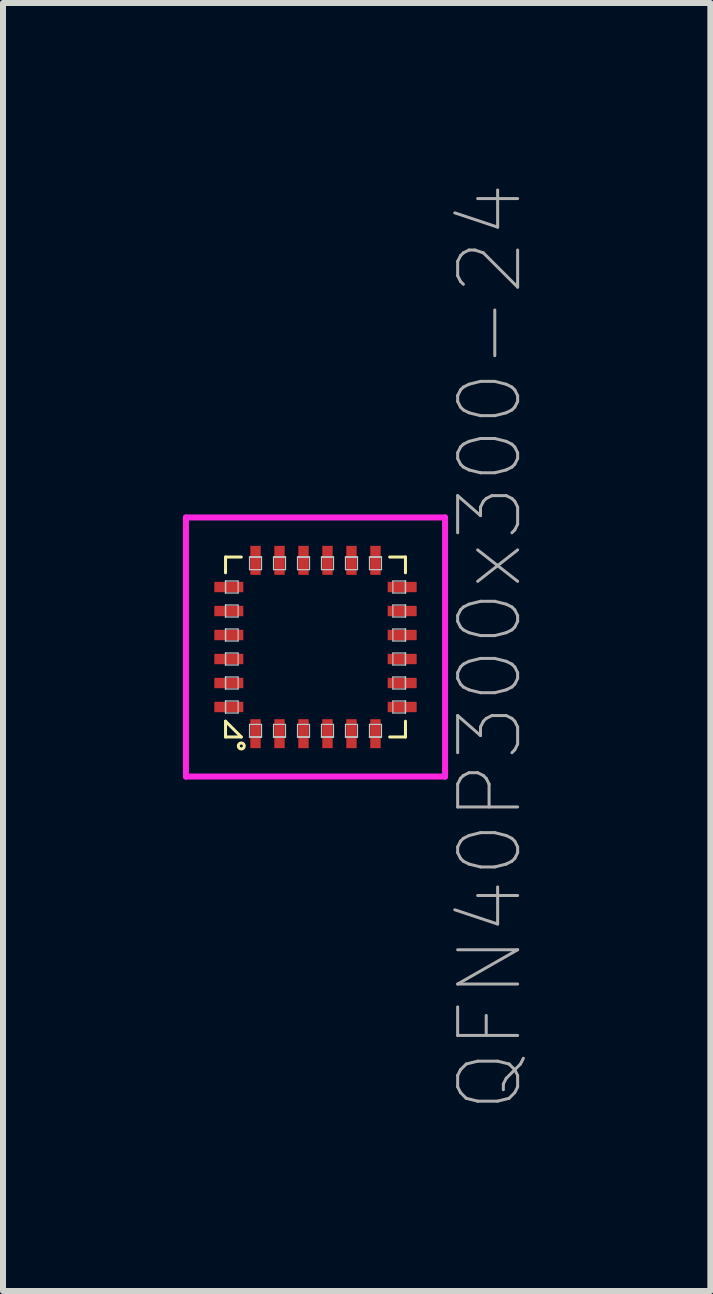
<source format=kicad_pcb>
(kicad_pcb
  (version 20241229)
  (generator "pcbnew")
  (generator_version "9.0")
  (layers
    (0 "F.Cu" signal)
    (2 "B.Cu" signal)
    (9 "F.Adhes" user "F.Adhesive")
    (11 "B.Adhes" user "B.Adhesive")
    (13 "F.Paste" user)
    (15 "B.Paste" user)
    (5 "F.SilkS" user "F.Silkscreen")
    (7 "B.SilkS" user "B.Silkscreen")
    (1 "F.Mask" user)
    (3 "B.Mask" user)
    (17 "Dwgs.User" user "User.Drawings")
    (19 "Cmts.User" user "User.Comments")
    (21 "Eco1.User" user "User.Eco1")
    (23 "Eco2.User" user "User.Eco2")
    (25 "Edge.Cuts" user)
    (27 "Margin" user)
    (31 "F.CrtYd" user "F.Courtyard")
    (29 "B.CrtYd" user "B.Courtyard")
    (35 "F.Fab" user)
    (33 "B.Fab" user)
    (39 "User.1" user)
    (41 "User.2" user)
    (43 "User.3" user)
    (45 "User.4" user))
  (footprint "QFN40P300x300-24"
    (layer "F.Cu")
    (at 2.21 7.737)
    (property "Reference" "QFN40P300x300-24" (at 2.91 0 90) (layer "F.Fab") (effects (font (size 1 1) (thickness 0.05))))
    (attr through_hole)
    (fp_line (start -1.5 -1.5) (end -1.5 -1.237) (stroke (width 0.05) (type solid)) (layer "F.SilkS"))
    (fp_line (start -1.5 -1.5) (end -1.237 -1.5) (stroke (width 0.05) (type solid)) (layer "F.SilkS"))
    (fp_line (start -1.5 1.237) (end -1.237 1.5) (stroke (width 0.05) (type solid)) (layer "F.SilkS"))
    (fp_line (start -1.5 1.5) (end -1.5 1.237) (stroke (width 0.05) (type solid)) (layer "F.SilkS"))
    (fp_line (start -1.5 1.5) (end -1.237 1.5) (stroke (width 0.05) (type solid)) (layer "F.SilkS"))
    (fp_line (start 1.5 -1.5) (end 1.237 -1.5) (stroke (width 0.05) (type solid)) (layer "F.SilkS"))
    (fp_line (start 1.5 -1.5) (end 1.5 -1.237) (stroke (width 0.05) (type solid)) (layer "F.SilkS"))
    (fp_line (start 1.5 1.5) (end 1.237 1.5) (stroke (width 0.05) (type solid)) (layer "F.SilkS"))
    (fp_line (start 1.5 1.5) (end 1.5 1.237) (stroke (width 0.05) (type solid)) (layer "F.SilkS"))
    (fp_circle (center -1.237 1.65) (end -1.187 1.65) (stroke (width 0.05) (type solid)) (fill no) (layer "F.SilkS"))
    (fp_line (start -1.5 -1.1) (end -1.5 -1.1) (stroke (width 0.02) (type solid)) (layer "Dwgs.User"))
    (fp_line (start -1.5 -1.1) (end -1.5 -0.9) (stroke (width 0.02) (type solid)) (layer "Dwgs.User"))
    (fp_line (start -1.5 -1.1) (end -1.29 -1.1) (stroke (width 0.02) (type solid)) (layer "Dwgs.User"))
    (fp_line (start -1.5 -0.9) (end -1.5 -1.1) (stroke (width 0.02) (type solid)) (layer "Dwgs.User"))
    (fp_line (start -1.5 -0.9) (end -1.5 -1.1) (stroke (width 0.02) (type solid)) (layer "Dwgs.User"))
    (fp_line (start -1.5 -0.9) (end -1.5 -0.9) (stroke (width 0.02) (type solid)) (layer "Dwgs.User"))
    (fp_line (start -1.5 -0.7) (end -1.5 -0.7) (stroke (width 0.02) (type solid)) (layer "Dwgs.User"))
    (fp_line (start -1.5 -0.7) (end -1.5 -0.5) (stroke (width 0.02) (type solid)) (layer "Dwgs.User"))
    (fp_line (start -1.5 -0.7) (end -1.29 -0.7) (stroke (width 0.02) (type solid)) (layer "Dwgs.User"))
    (fp_line (start -1.5 -0.5) (end -1.5 -0.7) (stroke (width 0.02) (type solid)) (layer "Dwgs.User"))
    (fp_line (start -1.5 -0.5) (end -1.5 -0.7) (stroke (width 0.02) (type solid)) (layer "Dwgs.User"))
    (fp_line (start -1.5 -0.5) (end -1.5 -0.5) (stroke (width 0.02) (type solid)) (layer "Dwgs.User"))
    (fp_line (start -1.5 -0.3) (end -1.5 -0.3) (stroke (width 0.02) (type solid)) (layer "Dwgs.User"))
    (fp_line (start -1.5 -0.3) (end -1.5 -0.1) (stroke (width 0.02) (type solid)) (layer "Dwgs.User"))
    (fp_line (start -1.5 -0.3) (end -1.29 -0.3) (stroke (width 0.02) (type solid)) (layer "Dwgs.User"))
    (fp_line (start -1.5 -0.1) (end -1.5 -0.3) (stroke (width 0.02) (type solid)) (layer "Dwgs.User"))
    (fp_line (start -1.5 -0.1) (end -1.5 -0.3) (stroke (width 0.02) (type solid)) (layer "Dwgs.User"))
    (fp_line (start -1.5 -0.1) (end -1.5 -0.1) (stroke (width 0.02) (type solid)) (layer "Dwgs.User"))
    (fp_line (start -1.5 0.1) (end -1.5 0.1) (stroke (width 0.02) (type solid)) (layer "Dwgs.User"))
    (fp_line (start -1.5 0.1) (end -1.5 0.3) (stroke (width 0.02) (type solid)) (layer "Dwgs.User"))
    (fp_line (start -1.5 0.1) (end -1.29 0.1) (stroke (width 0.02) (type solid)) (layer "Dwgs.User"))
    (fp_line (start -1.5 0.3) (end -1.5 0.1) (stroke (width 0.02) (type solid)) (layer "Dwgs.User"))
    (fp_line (start -1.5 0.3) (end -1.5 0.1) (stroke (width 0.02) (type solid)) (layer "Dwgs.User"))
    (fp_line (start -1.5 0.3) (end -1.5 0.3) (stroke (width 0.02) (type solid)) (layer "Dwgs.User"))
    (fp_line (start -1.5 0.5) (end -1.5 0.5) (stroke (width 0.02) (type solid)) (layer "Dwgs.User"))
    (fp_line (start -1.5 0.5) (end -1.5 0.7) (stroke (width 0.02) (type solid)) (layer "Dwgs.User"))
    (fp_line (start -1.5 0.5) (end -1.29 0.5) (stroke (width 0.02) (type solid)) (layer "Dwgs.User"))
    (fp_line (start -1.5 0.7) (end -1.5 0.5) (stroke (width 0.02) (type solid)) (layer "Dwgs.User"))
    (fp_line (start -1.5 0.7) (end -1.5 0.5) (stroke (width 0.02) (type solid)) (layer "Dwgs.User"))
    (fp_line (start -1.5 0.7) (end -1.5 0.7) (stroke (width 0.02) (type solid)) (layer "Dwgs.User"))
    (fp_line (start -1.5 0.9) (end -1.5 0.9) (stroke (width 0.02) (type solid)) (layer "Dwgs.User"))
    (fp_line (start -1.5 0.9) (end -1.5 1.1) (stroke (width 0.02) (type solid)) (layer "Dwgs.User"))
    (fp_line (start -1.5 0.9) (end -1.29 0.9) (stroke (width 0.02) (type solid)) (layer "Dwgs.User"))
    (fp_line (start -1.5 1.1) (end -1.5 0.9) (stroke (width 0.02) (type solid)) (layer "Dwgs.User"))
    (fp_line (start -1.5 1.1) (end -1.5 0.9) (stroke (width 0.02) (type solid)) (layer "Dwgs.User"))
    (fp_line (start -1.5 1.1) (end -1.5 1.1) (stroke (width 0.02) (type solid)) (layer "Dwgs.User"))
    (fp_line (start -1.29 -1.1) (end -1.29 -0.9) (stroke (width 0.02) (type solid)) (layer "Dwgs.User"))
    (fp_line (start -1.29 -0.9) (end -1.5 -0.9) (stroke (width 0.02) (type solid)) (layer "Dwgs.User"))
    (fp_line (start -1.29 -0.7) (end -1.29 -0.5) (stroke (width 0.02) (type solid)) (layer "Dwgs.User"))
    (fp_line (start -1.29 -0.5) (end -1.5 -0.5) (stroke (width 0.02) (type solid)) (layer "Dwgs.User"))
    (fp_line (start -1.29 -0.3) (end -1.29 -0.1) (stroke (width 0.02) (type solid)) (layer "Dwgs.User"))
    (fp_line (start -1.29 -0.1) (end -1.5 -0.1) (stroke (width 0.02) (type solid)) (layer "Dwgs.User"))
    (fp_line (start -1.29 0.1) (end -1.29 0.3) (stroke (width 0.02) (type solid)) (layer "Dwgs.User"))
    (fp_line (start -1.29 0.3) (end -1.5 0.3) (stroke (width 0.02) (type solid)) (layer "Dwgs.User"))
    (fp_line (start -1.29 0.5) (end -1.29 0.7) (stroke (width 0.02) (type solid)) (layer "Dwgs.User"))
    (fp_line (start -1.29 0.7) (end -1.5 0.7) (stroke (width 0.02) (type solid)) (layer "Dwgs.User"))
    (fp_line (start -1.29 0.9) (end -1.29 1.1) (stroke (width 0.02) (type solid)) (layer "Dwgs.User"))
    (fp_line (start -1.29 1.1) (end -1.5 1.1) (stroke (width 0.02) (type solid)) (layer "Dwgs.User"))
    (fp_line (start -1.1 -1.5) (end -1.1 -1.5) (stroke (width 0.02) (type solid)) (layer "Dwgs.User"))
    (fp_line (start -1.1 -1.5) (end -0.9 -1.5) (stroke (width 0.02) (type solid)) (layer "Dwgs.User"))
    (fp_line (start -1.1 -1.5) (end -0.9 -1.5) (stroke (width 0.02) (type solid)) (layer "Dwgs.User"))
    (fp_line (start -1.1 -1.29) (end -1.1 -1.5) (stroke (width 0.02) (type solid)) (layer "Dwgs.User"))
    (fp_line (start -1.1 1.29) (end -1.1 1.5) (stroke (width 0.02) (type solid)) (layer "Dwgs.User"))
    (fp_line (start -1.1 1.5) (end -1.1 1.5) (stroke (width 0.02) (type solid)) (layer "Dwgs.User"))
    (fp_line (start -1.1 1.5) (end -0.9 1.5) (stroke (width 0.02) (type solid)) (layer "Dwgs.User"))
    (fp_line (start -1.1 1.5) (end -0.9 1.5) (stroke (width 0.02) (type solid)) (layer "Dwgs.User"))
    (fp_line (start -0.9 -1.5) (end -1.1 -1.5) (stroke (width 0.02) (type solid)) (layer "Dwgs.User"))
    (fp_line (start -0.9 -1.5) (end -0.9 -1.5) (stroke (width 0.02) (type solid)) (layer "Dwgs.User"))
    (fp_line (start -0.9 -1.5) (end -0.9 -1.29) (stroke (width 0.02) (type solid)) (layer "Dwgs.User"))
    (fp_line (start -0.9 -1.29) (end -1.1 -1.29) (stroke (width 0.02) (type solid)) (layer "Dwgs.User"))
    (fp_line (start -0.9 1.29) (end -1.1 1.29) (stroke (width 0.02) (type solid)) (layer "Dwgs.User"))
    (fp_line (start -0.9 1.5) (end -1.1 1.5) (stroke (width 0.02) (type solid)) (layer "Dwgs.User"))
    (fp_line (start -0.9 1.5) (end -0.9 1.29) (stroke (width 0.02) (type solid)) (layer "Dwgs.User"))
    (fp_line (start -0.9 1.5) (end -0.9 1.5) (stroke (width 0.02) (type solid)) (layer "Dwgs.User"))
    (fp_line (start -0.7 -1.5) (end -0.7 -1.5) (stroke (width 0.02) (type solid)) (layer "Dwgs.User"))
    (fp_line (start -0.7 -1.5) (end -0.5 -1.5) (stroke (width 0.02) (type solid)) (layer "Dwgs.User"))
    (fp_line (start -0.7 -1.5) (end -0.5 -1.5) (stroke (width 0.02) (type solid)) (layer "Dwgs.User"))
    (fp_line (start -0.7 -1.29) (end -0.7 -1.5) (stroke (width 0.02) (type solid)) (layer "Dwgs.User"))
    (fp_line (start -0.7 1.29) (end -0.7 1.5) (stroke (width 0.02) (type solid)) (layer "Dwgs.User"))
    (fp_line (start -0.7 1.5) (end -0.7 1.5) (stroke (width 0.02) (type solid)) (layer "Dwgs.User"))
    (fp_line (start -0.7 1.5) (end -0.5 1.5) (stroke (width 0.02) (type solid)) (layer "Dwgs.User"))
    (fp_line (start -0.7 1.5) (end -0.5 1.5) (stroke (width 0.02) (type solid)) (layer "Dwgs.User"))
    (fp_line (start -0.5 -1.5) (end -0.7 -1.5) (stroke (width 0.02) (type solid)) (layer "Dwgs.User"))
    (fp_line (start -0.5 -1.5) (end -0.5 -1.5) (stroke (width 0.02) (type solid)) (layer "Dwgs.User"))
    (fp_line (start -0.5 -1.5) (end -0.5 -1.29) (stroke (width 0.02) (type solid)) (layer "Dwgs.User"))
    (fp_line (start -0.5 -1.29) (end -0.7 -1.29) (stroke (width 0.02) (type solid)) (layer "Dwgs.User"))
    (fp_line (start -0.5 1.29) (end -0.7 1.29) (stroke (width 0.02) (type solid)) (layer "Dwgs.User"))
    (fp_line (start -0.5 1.5) (end -0.7 1.5) (stroke (width 0.02) (type solid)) (layer "Dwgs.User"))
    (fp_line (start -0.5 1.5) (end -0.5 1.29) (stroke (width 0.02) (type solid)) (layer "Dwgs.User"))
    (fp_line (start -0.5 1.5) (end -0.5 1.5) (stroke (width 0.02) (type solid)) (layer "Dwgs.User"))
    (fp_line (start -0.3 -1.5) (end -0.3 -1.5) (stroke (width 0.02) (type solid)) (layer "Dwgs.User"))
    (fp_line (start -0.3 -1.5) (end -0.1 -1.5) (stroke (width 0.02) (type solid)) (layer "Dwgs.User"))
    (fp_line (start -0.3 -1.5) (end -0.1 -1.5) (stroke (width 0.02) (type solid)) (layer "Dwgs.User"))
    (fp_line (start -0.3 -1.29) (end -0.3 -1.5) (stroke (width 0.02) (type solid)) (layer "Dwgs.User"))
    (fp_line (start -0.3 1.29) (end -0.3 1.5) (stroke (width 0.02) (type solid)) (layer "Dwgs.User"))
    (fp_line (start -0.3 1.5) (end -0.3 1.5) (stroke (width 0.02) (type solid)) (layer "Dwgs.User"))
    (fp_line (start -0.3 1.5) (end -0.1 1.5) (stroke (width 0.02) (type solid)) (layer "Dwgs.User"))
    (fp_line (start -0.3 1.5) (end -0.1 1.5) (stroke (width 0.02) (type solid)) (layer "Dwgs.User"))
    (fp_line (start -0.1 -1.5) (end -0.3 -1.5) (stroke (width 0.02) (type solid)) (layer "Dwgs.User"))
    (fp_line (start -0.1 -1.5) (end -0.1 -1.5) (stroke (width 0.02) (type solid)) (layer "Dwgs.User"))
    (fp_line (start -0.1 -1.5) (end -0.1 -1.29) (stroke (width 0.02) (type solid)) (layer "Dwgs.User"))
    (fp_line (start -0.1 -1.29) (end -0.3 -1.29) (stroke (width 0.02) (type solid)) (layer "Dwgs.User"))
    (fp_line (start -0.1 1.29) (end -0.3 1.29) (stroke (width 0.02) (type solid)) (layer "Dwgs.User"))
    (fp_line (start -0.1 1.5) (end -0.3 1.5) (stroke (width 0.02) (type solid)) (layer "Dwgs.User"))
    (fp_line (start -0.1 1.5) (end -0.1 1.29) (stroke (width 0.02) (type solid)) (layer "Dwgs.User"))
    (fp_line (start -0.1 1.5) (end -0.1 1.5) (stroke (width 0.02) (type solid)) (layer "Dwgs.User"))
    (fp_line (start 0.1 -1.5) (end 0.1 -1.5) (stroke (width 0.02) (type solid)) (layer "Dwgs.User"))
    (fp_line (start 0.1 -1.5) (end 0.3 -1.5) (stroke (width 0.02) (type solid)) (layer "Dwgs.User"))
    (fp_line (start 0.1 -1.5) (end 0.3 -1.5) (stroke (width 0.02) (type solid)) (layer "Dwgs.User"))
    (fp_line (start 0.1 -1.29) (end 0.1 -1.5) (stroke (width 0.02) (type solid)) (layer "Dwgs.User"))
    (fp_line (start 0.1 1.29) (end 0.1 1.5) (stroke (width 0.02) (type solid)) (layer "Dwgs.User"))
    (fp_line (start 0.1 1.5) (end 0.1 1.5) (stroke (width 0.02) (type solid)) (layer "Dwgs.User"))
    (fp_line (start 0.1 1.5) (end 0.3 1.5) (stroke (width 0.02) (type solid)) (layer "Dwgs.User"))
    (fp_line (start 0.1 1.5) (end 0.3 1.5) (stroke (width 0.02) (type solid)) (layer "Dwgs.User"))
    (fp_line (start 0.3 -1.5) (end 0.1 -1.5) (stroke (width 0.02) (type solid)) (layer "Dwgs.User"))
    (fp_line (start 0.3 -1.5) (end 0.3 -1.5) (stroke (width 0.02) (type solid)) (layer "Dwgs.User"))
    (fp_line (start 0.3 -1.5) (end 0.3 -1.29) (stroke (width 0.02) (type solid)) (layer "Dwgs.User"))
    (fp_line (start 0.3 -1.29) (end 0.1 -1.29) (stroke (width 0.02) (type solid)) (layer "Dwgs.User"))
    (fp_line (start 0.3 1.29) (end 0.1 1.29) (stroke (width 0.02) (type solid)) (layer "Dwgs.User"))
    (fp_line (start 0.3 1.5) (end 0.1 1.5) (stroke (width 0.02) (type solid)) (layer "Dwgs.User"))
    (fp_line (start 0.3 1.5) (end 0.3 1.29) (stroke (width 0.02) (type solid)) (layer "Dwgs.User"))
    (fp_line (start 0.3 1.5) (end 0.3 1.5) (stroke (width 0.02) (type solid)) (layer "Dwgs.User"))
    (fp_line (start 0.5 -1.5) (end 0.5 -1.5) (stroke (width 0.02) (type solid)) (layer "Dwgs.User"))
    (fp_line (start 0.5 -1.5) (end 0.7 -1.5) (stroke (width 0.02) (type solid)) (layer "Dwgs.User"))
    (fp_line (start 0.5 -1.5) (end 0.7 -1.5) (stroke (width 0.02) (type solid)) (layer "Dwgs.User"))
    (fp_line (start 0.5 -1.29) (end 0.5 -1.5) (stroke (width 0.02) (type solid)) (layer "Dwgs.User"))
    (fp_line (start 0.5 1.29) (end 0.5 1.5) (stroke (width 0.02) (type solid)) (layer "Dwgs.User"))
    (fp_line (start 0.5 1.5) (end 0.5 1.5) (stroke (width 0.02) (type solid)) (layer "Dwgs.User"))
    (fp_line (start 0.5 1.5) (end 0.7 1.5) (stroke (width 0.02) (type solid)) (layer "Dwgs.User"))
    (fp_line (start 0.5 1.5) (end 0.7 1.5) (stroke (width 0.02) (type solid)) (layer "Dwgs.User"))
    (fp_line (start 0.7 -1.5) (end 0.5 -1.5) (stroke (width 0.02) (type solid)) (layer "Dwgs.User"))
    (fp_line (start 0.7 -1.5) (end 0.7 -1.5) (stroke (width 0.02) (type solid)) (layer "Dwgs.User"))
    (fp_line (start 0.7 -1.5) (end 0.7 -1.29) (stroke (width 0.02) (type solid)) (layer "Dwgs.User"))
    (fp_line (start 0.7 -1.29) (end 0.5 -1.29) (stroke (width 0.02) (type solid)) (layer "Dwgs.User"))
    (fp_line (start 0.7 1.29) (end 0.5 1.29) (stroke (width 0.02) (type solid)) (layer "Dwgs.User"))
    (fp_line (start 0.7 1.5) (end 0.5 1.5) (stroke (width 0.02) (type solid)) (layer "Dwgs.User"))
    (fp_line (start 0.7 1.5) (end 0.7 1.29) (stroke (width 0.02) (type solid)) (layer "Dwgs.User"))
    (fp_line (start 0.7 1.5) (end 0.7 1.5) (stroke (width 0.02) (type solid)) (layer "Dwgs.User"))
    (fp_line (start 0.9 -1.5) (end 0.9 -1.5) (stroke (width 0.02) (type solid)) (layer "Dwgs.User"))
    (fp_line (start 0.9 -1.5) (end 1.1 -1.5) (stroke (width 0.02) (type solid)) (layer "Dwgs.User"))
    (fp_line (start 0.9 -1.5) (end 1.1 -1.5) (stroke (width 0.02) (type solid)) (layer "Dwgs.User"))
    (fp_line (start 0.9 -1.29) (end 0.9 -1.5) (stroke (width 0.02) (type solid)) (layer "Dwgs.User"))
    (fp_line (start 0.9 1.29) (end 0.9 1.5) (stroke (width 0.02) (type solid)) (layer "Dwgs.User"))
    (fp_line (start 0.9 1.5) (end 0.9 1.5) (stroke (width 0.02) (type solid)) (layer "Dwgs.User"))
    (fp_line (start 0.9 1.5) (end 1.1 1.5) (stroke (width 0.02) (type solid)) (layer "Dwgs.User"))
    (fp_line (start 0.9 1.5) (end 1.1 1.5) (stroke (width 0.02) (type solid)) (layer "Dwgs.User"))
    (fp_line (start 1.1 -1.5) (end 0.9 -1.5) (stroke (width 0.02) (type solid)) (layer "Dwgs.User"))
    (fp_line (start 1.1 -1.5) (end 1.1 -1.5) (stroke (width 0.02) (type solid)) (layer "Dwgs.User"))
    (fp_line (start 1.1 -1.5) (end 1.1 -1.29) (stroke (width 0.02) (type solid)) (layer "Dwgs.User"))
    (fp_line (start 1.1 -1.29) (end 0.9 -1.29) (stroke (width 0.02) (type solid)) (layer "Dwgs.User"))
    (fp_line (start 1.1 1.29) (end 0.9 1.29) (stroke (width 0.02) (type solid)) (layer "Dwgs.User"))
    (fp_line (start 1.1 1.5) (end 0.9 1.5) (stroke (width 0.02) (type solid)) (layer "Dwgs.User"))
    (fp_line (start 1.1 1.5) (end 1.1 1.29) (stroke (width 0.02) (type solid)) (layer "Dwgs.User"))
    (fp_line (start 1.1 1.5) (end 1.1 1.5) (stroke (width 0.02) (type solid)) (layer "Dwgs.User"))
    (fp_line (start 1.29 -1.1) (end 1.29 -0.9) (stroke (width 0.02) (type solid)) (layer "Dwgs.User"))
    (fp_line (start 1.29 -0.9) (end 1.5 -0.9) (stroke (width 0.02) (type solid)) (layer "Dwgs.User"))
    (fp_line (start 1.29 -0.7) (end 1.29 -0.5) (stroke (width 0.02) (type solid)) (layer "Dwgs.User"))
    (fp_line (start 1.29 -0.5) (end 1.5 -0.5) (stroke (width 0.02) (type solid)) (layer "Dwgs.User"))
    (fp_line (start 1.29 -0.3) (end 1.29 -0.1) (stroke (width 0.02) (type solid)) (layer "Dwgs.User"))
    (fp_line (start 1.29 -0.1) (end 1.5 -0.1) (stroke (width 0.02) (type solid)) (layer "Dwgs.User"))
    (fp_line (start 1.29 0.1) (end 1.29 0.3) (stroke (width 0.02) (type solid)) (layer "Dwgs.User"))
    (fp_line (start 1.29 0.3) (end 1.5 0.3) (stroke (width 0.02) (type solid)) (layer "Dwgs.User"))
    (fp_line (start 1.29 0.5) (end 1.29 0.7) (stroke (width 0.02) (type solid)) (layer "Dwgs.User"))
    (fp_line (start 1.29 0.7) (end 1.5 0.7) (stroke (width 0.02) (type solid)) (layer "Dwgs.User"))
    (fp_line (start 1.29 0.9) (end 1.29 1.1) (stroke (width 0.02) (type solid)) (layer "Dwgs.User"))
    (fp_line (start 1.29 1.1) (end 1.5 1.1) (stroke (width 0.02) (type solid)) (layer "Dwgs.User"))
    (fp_line (start 1.5 -1.1) (end 1.29 -1.1) (stroke (width 0.02) (type solid)) (layer "Dwgs.User"))
    (fp_line (start 1.5 -1.1) (end 1.5 -1.1) (stroke (width 0.02) (type solid)) (layer "Dwgs.User"))
    (fp_line (start 1.5 -1.1) (end 1.5 -0.9) (stroke (width 0.02) (type solid)) (layer "Dwgs.User"))
    (fp_line (start 1.5 -0.9) (end 1.5 -1.1) (stroke (width 0.02) (type solid)) (layer "Dwgs.User"))
    (fp_line (start 1.5 -0.9) (end 1.5 -1.1) (stroke (width 0.02) (type solid)) (layer "Dwgs.User"))
    (fp_line (start 1.5 -0.9) (end 1.5 -0.9) (stroke (width 0.02) (type solid)) (layer "Dwgs.User"))
    (fp_line (start 1.5 -0.7) (end 1.29 -0.7) (stroke (width 0.02) (type solid)) (layer "Dwgs.User"))
    (fp_line (start 1.5 -0.7) (end 1.5 -0.7) (stroke (width 0.02) (type solid)) (layer "Dwgs.User"))
    (fp_line (start 1.5 -0.7) (end 1.5 -0.5) (stroke (width 0.02) (type solid)) (layer "Dwgs.User"))
    (fp_line (start 1.5 -0.5) (end 1.5 -0.7) (stroke (width 0.02) (type solid)) (layer "Dwgs.User"))
    (fp_line (start 1.5 -0.5) (end 1.5 -0.7) (stroke (width 0.02) (type solid)) (layer "Dwgs.User"))
    (fp_line (start 1.5 -0.5) (end 1.5 -0.5) (stroke (width 0.02) (type solid)) (layer "Dwgs.User"))
    (fp_line (start 1.5 -0.3) (end 1.29 -0.3) (stroke (width 0.02) (type solid)) (layer "Dwgs.User"))
    (fp_line (start 1.5 -0.3) (end 1.5 -0.3) (stroke (width 0.02) (type solid)) (layer "Dwgs.User"))
    (fp_line (start 1.5 -0.3) (end 1.5 -0.1) (stroke (width 0.02) (type solid)) (layer "Dwgs.User"))
    (fp_line (start 1.5 -0.1) (end 1.5 -0.3) (stroke (width 0.02) (type solid)) (layer "Dwgs.User"))
    (fp_line (start 1.5 -0.1) (end 1.5 -0.3) (stroke (width 0.02) (type solid)) (layer "Dwgs.User"))
    (fp_line (start 1.5 -0.1) (end 1.5 -0.1) (stroke (width 0.02) (type solid)) (layer "Dwgs.User"))
    (fp_line (start 1.5 0.1) (end 1.29 0.1) (stroke (width 0.02) (type solid)) (layer "Dwgs.User"))
    (fp_line (start 1.5 0.1) (end 1.5 0.1) (stroke (width 0.02) (type solid)) (layer "Dwgs.User"))
    (fp_line (start 1.5 0.1) (end 1.5 0.3) (stroke (width 0.02) (type solid)) (layer "Dwgs.User"))
    (fp_line (start 1.5 0.3) (end 1.5 0.1) (stroke (width 0.02) (type solid)) (layer "Dwgs.User"))
    (fp_line (start 1.5 0.3) (end 1.5 0.1) (stroke (width 0.02) (type solid)) (layer "Dwgs.User"))
    (fp_line (start 1.5 0.3) (end 1.5 0.3) (stroke (width 0.02) (type solid)) (layer "Dwgs.User"))
    (fp_line (start 1.5 0.5) (end 1.29 0.5) (stroke (width 0.02) (type solid)) (layer "Dwgs.User"))
    (fp_line (start 1.5 0.5) (end 1.5 0.5) (stroke (width 0.02) (type solid)) (layer "Dwgs.User"))
    (fp_line (start 1.5 0.5) (end 1.5 0.7) (stroke (width 0.02) (type solid)) (layer "Dwgs.User"))
    (fp_line (start 1.5 0.7) (end 1.5 0.5) (stroke (width 0.02) (type solid)) (layer "Dwgs.User"))
    (fp_line (start 1.5 0.7) (end 1.5 0.5) (stroke (width 0.02) (type solid)) (layer "Dwgs.User"))
    (fp_line (start 1.5 0.7) (end 1.5 0.7) (stroke (width 0.02) (type solid)) (layer "Dwgs.User"))
    (fp_line (start 1.5 0.9) (end 1.29 0.9) (stroke (width 0.02) (type solid)) (layer "Dwgs.User"))
    (fp_line (start 1.5 0.9) (end 1.5 0.9) (stroke (width 0.02) (type solid)) (layer "Dwgs.User"))
    (fp_line (start 1.5 0.9) (end 1.5 1.1) (stroke (width 0.02) (type solid)) (layer "Dwgs.User"))
    (fp_line (start 1.5 1.1) (end 1.5 0.9) (stroke (width 0.02) (type solid)) (layer "Dwgs.User"))
    (fp_line (start 1.5 1.1) (end 1.5 0.9) (stroke (width 0.02) (type solid)) (layer "Dwgs.User"))
    (fp_line (start 1.5 1.1) (end 1.5 1.1) (stroke (width 0.02) (type solid)) (layer "Dwgs.User"))
    (fp_line (start -0.75 0) (end 0.75 0) (stroke (width 0.05) (type solid)) (layer "Eco1.User"))
    (fp_line (start 0 -0.75) (end 0 0.75) (stroke (width 0.05) (type solid)) (layer "Eco1.User"))
    (fp_circle (center 0 0) (end 0.5 0) (stroke (width 0.05) (type solid)) (fill no) (layer "Eco1.User"))
    (fp_line (start -2.16 -2.16) (end -2.16 2.16) (stroke (width 0.1) (type solid)) (layer "F.CrtYd"))
    (fp_line (start -2.16 2.16) (end 2.16 2.16) (stroke (width 0.1) (type solid)) (layer "F.CrtYd"))
    (fp_line (start 2.16 -2.16) (end -2.16 -2.16) (stroke (width 0.1) (type solid)) (layer "F.CrtYd"))
    (fp_line (start 2.16 2.16) (end 2.16 -2.16) (stroke (width 0.1) (type solid)) (layer "F.CrtYd"))
    (pad "1" smd rect (at -1 1.445) (size 0.173 0.483) (layers "F.Cu" "F.Mask" "F.Paste"))
    (pad "2" smd rect (at -0.6 1.445) (size 0.173 0.483) (layers "F.Cu" "F.Mask" "F.Paste"))
    (pad "3" smd rect (at -0.2 1.445) (size 0.173 0.483) (layers "F.Cu" "F.Mask" "F.Paste"))
    (pad "4" smd rect (at 0.2 1.445) (size 0.173 0.483) (layers "F.Cu" "F.Mask" "F.Paste"))
    (pad "5" smd rect (at 0.6 1.445) (size 0.173 0.483) (layers "F.Cu" "F.Mask" "F.Paste"))
    (pad "6" smd rect (at 1 1.445) (size 0.173 0.483) (layers "F.Cu" "F.Mask" "F.Paste"))
    (pad "7" smd rect (at 1.445 1) (size 0.483 0.173) (layers "F.Cu" "F.Mask" "F.Paste"))
    (pad "8" smd rect (at 1.445 0.6) (size 0.483 0.173) (layers "F.Cu" "F.Mask" "F.Paste"))
    (pad "9" smd rect (at 1.445 0.2) (size 0.483 0.173) (layers "F.Cu" "F.Mask" "F.Paste"))
    (pad "10" smd rect (at 1.445 -0.2) (size 0.483 0.173) (layers "F.Cu" "F.Mask" "F.Paste"))
    (pad "11" smd rect (at 1.445 -0.6) (size 0.483 0.173) (layers "F.Cu" "F.Mask" "F.Paste"))
    (pad "12" smd rect (at 1.445 -1) (size 0.483 0.173) (layers "F.Cu" "F.Mask" "F.Paste"))
    (pad "13" smd rect (at 1 -1.445) (size 0.173 0.483) (layers "F.Cu" "F.Mask" "F.Paste"))
    (pad "14" smd rect (at 0.6 -1.445) (size 0.173 0.483) (layers "F.Cu" "F.Mask" "F.Paste"))
    (pad "15" smd rect (at 0.2 -1.445) (size 0.173 0.483) (layers "F.Cu" "F.Mask" "F.Paste"))
    (pad "16" smd rect (at -0.2 -1.445) (size 0.173 0.483) (layers "F.Cu" "F.Mask" "F.Paste"))
    (pad "17" smd rect (at -0.6 -1.445) (size 0.173 0.483) (layers "F.Cu" "F.Mask" "F.Paste"))
    (pad "18" smd rect (at -1 -1.445) (size 0.173 0.483) (layers "F.Cu" "F.Mask" "F.Paste"))
    (pad "19" smd rect (at -1.445 -1) (size 0.483 0.173) (layers "F.Cu" "F.Mask" "F.Paste"))
    (pad "20" smd rect (at -1.445 -0.6) (size 0.483 0.173) (layers "F.Cu" "F.Mask" "F.Paste"))
    (pad "21" smd rect (at -1.445 -0.2) (size 0.483 0.173) (layers "F.Cu" "F.Mask" "F.Paste"))
    (pad "22" smd rect (at -1.445 0.2) (size 0.483 0.173) (layers "F.Cu" "F.Mask" "F.Paste"))
    (pad "23" smd rect (at -1.445 0.6) (size 0.483 0.173) (layers "F.Cu" "F.Mask" "F.Paste"))
    (pad "24" smd rect (at -1.445 1) (size 0.483 0.173) (layers "F.Cu" "F.Mask" "F.Paste")))
  (gr_rect
    (start -3 -3)
    (end 8.793 18.474)
    (stroke (width 0.1) (type default))
    (fill no)
    (layer "Edge.Cuts")))
</source>
